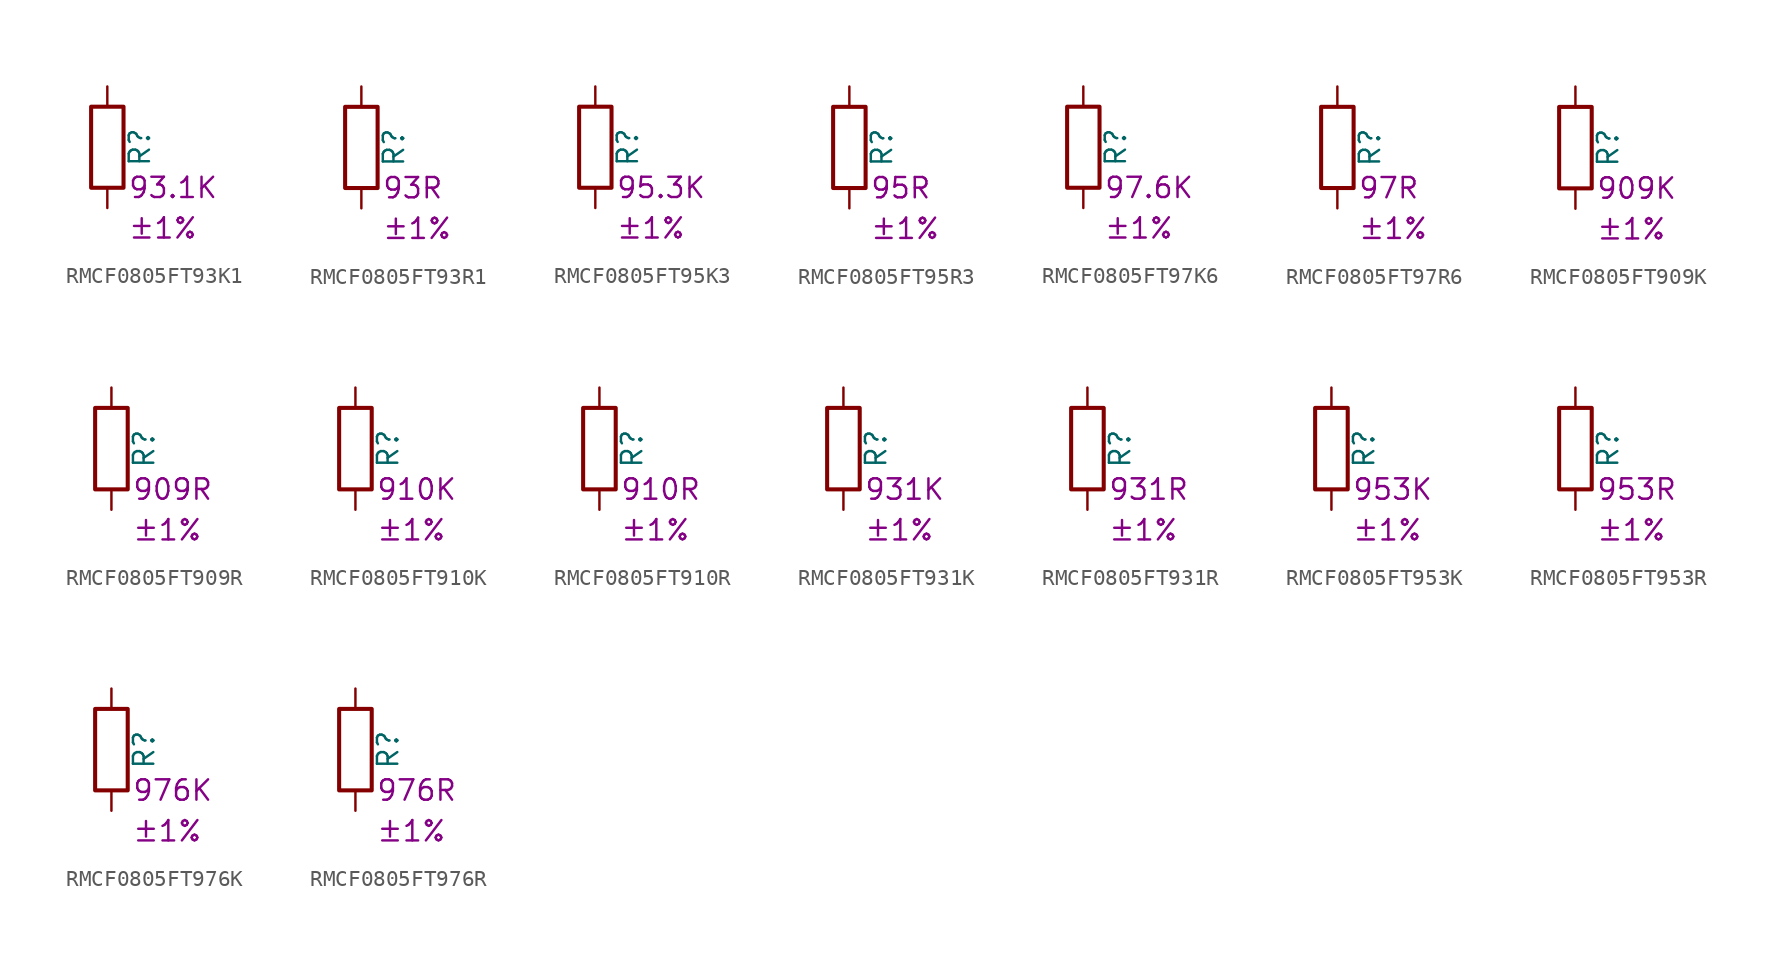
<source format=kicad_sym>
(kicad_symbol_lib
  (version 20220914)
  (generator kicad_symbol_editor)
  (symbol "RMCF0805FT93K1"
    (pin_numbers hide)
    (pin_names
      (offset 0))
    (property "Reference" "R"
      (at 2.032 0 90)
      (effects (font (size 1.27 1.27))))
    (property "Resistance" "93.1K"
      (at 1.27 -2.54 0)
      (effects (font (size 1.27 1.27)) (justify left)))
    (property "Tolerance" "±1%"
      (at 1.27 -5.08 0)
      (effects (font (size 1.27 1.27)) (justify left)))
    (symbol "RMCF0805FT93K1_0_1"
      (rectangle (start -1.016 -2.54) (end 1.016 2.54) (stroke (width 0.254) (type default)) (fill (type none))))
    (symbol "RMCF0805FT93K1_1_1"
      (pin passive line (at 0 3.81 270) (length 1.27) (name "~" (effects (font (size 1.27 1.27)))) (number "1" (effects (font (size 1.27 1.27)))))
      (pin passive line (at 0 -3.81 90) (length 1.27) (name "~" (effects (font (size 1.27 1.27)))) (number "2" (effects (font (size 1.27 1.27)))))))
  (symbol "RMCF0805FT93R1"
    (pin_numbers hide)
    (pin_names
      (offset 0))
    (property "Reference" "R"
      (at 2.032 0 90)
      (effects (font (size 1.27 1.27))))
    (property "Resistance" "93R"
      (at 1.27 -2.54 0)
      (effects (font (size 1.27 1.27)) (justify left)))
    (property "Tolerance" "±1%"
      (at 1.27 -5.08 0)
      (effects (font (size 1.27 1.27)) (justify left)))
    (symbol "RMCF0805FT93R1_0_1"
      (rectangle (start -1.016 -2.54) (end 1.016 2.54) (stroke (width 0.254) (type default)) (fill (type none))))
    (symbol "RMCF0805FT93R1_1_1"
      (pin passive line (at 0 3.81 270) (length 1.27) (name "~" (effects (font (size 1.27 1.27)))) (number "1" (effects (font (size 1.27 1.27)))))
      (pin passive line (at 0 -3.81 90) (length 1.27) (name "~" (effects (font (size 1.27 1.27)))) (number "2" (effects (font (size 1.27 1.27)))))))
  (symbol "RMCF0805FT95K3"
    (pin_numbers hide)
    (pin_names
      (offset 0))
    (property "Reference" "R"
      (at 2.032 0 90)
      (effects (font (size 1.27 1.27))))
    (property "Resistance" "95.3K"
      (at 1.27 -2.54 0)
      (effects (font (size 1.27 1.27)) (justify left)))
    (property "Tolerance" "±1%"
      (at 1.27 -5.08 0)
      (effects (font (size 1.27 1.27)) (justify left)))
    (symbol "RMCF0805FT95K3_0_1"
      (rectangle (start -1.016 -2.54) (end 1.016 2.54) (stroke (width 0.254) (type default)) (fill (type none))))
    (symbol "RMCF0805FT95K3_1_1"
      (pin passive line (at 0 3.81 270) (length 1.27) (name "~" (effects (font (size 1.27 1.27)))) (number "1" (effects (font (size 1.27 1.27)))))
      (pin passive line (at 0 -3.81 90) (length 1.27) (name "~" (effects (font (size 1.27 1.27)))) (number "2" (effects (font (size 1.27 1.27)))))))
  (symbol "RMCF0805FT95R3"
    (pin_numbers hide)
    (pin_names
      (offset 0))
    (property "Reference" "R"
      (at 2.032 0 90)
      (effects (font (size 1.27 1.27))))
    (property "Resistance" "95R"
      (at 1.27 -2.54 0)
      (effects (font (size 1.27 1.27)) (justify left)))
    (property "Tolerance" "±1%"
      (at 1.27 -5.08 0)
      (effects (font (size 1.27 1.27)) (justify left)))
    (symbol "RMCF0805FT95R3_0_1"
      (rectangle (start -1.016 -2.54) (end 1.016 2.54) (stroke (width 0.254) (type default)) (fill (type none))))
    (symbol "RMCF0805FT95R3_1_1"
      (pin passive line (at 0 3.81 270) (length 1.27) (name "~" (effects (font (size 1.27 1.27)))) (number "1" (effects (font (size 1.27 1.27)))))
      (pin passive line (at 0 -3.81 90) (length 1.27) (name "~" (effects (font (size 1.27 1.27)))) (number "2" (effects (font (size 1.27 1.27)))))))
  (symbol "RMCF0805FT97K6"
    (pin_numbers hide)
    (pin_names
      (offset 0))
    (property "Reference" "R"
      (at 2.032 0 90)
      (effects (font (size 1.27 1.27))))
    (property "Resistance" "97.6K"
      (at 1.27 -2.54 0)
      (effects (font (size 1.27 1.27)) (justify left)))
    (property "Tolerance" "±1%"
      (at 1.27 -5.08 0)
      (effects (font (size 1.27 1.27)) (justify left)))
    (symbol "RMCF0805FT97K6_0_1"
      (rectangle (start -1.016 -2.54) (end 1.016 2.54) (stroke (width 0.254) (type default)) (fill (type none))))
    (symbol "RMCF0805FT97K6_1_1"
      (pin passive line (at 0 3.81 270) (length 1.27) (name "~" (effects (font (size 1.27 1.27)))) (number "1" (effects (font (size 1.27 1.27)))))
      (pin passive line (at 0 -3.81 90) (length 1.27) (name "~" (effects (font (size 1.27 1.27)))) (number "2" (effects (font (size 1.27 1.27)))))))
  (symbol "RMCF0805FT97R6"
    (pin_numbers hide)
    (pin_names
      (offset 0))
    (property "Reference" "R"
      (at 2.032 0 90)
      (effects (font (size 1.27 1.27))))
    (property "Resistance" "97R"
      (at 1.27 -2.54 0)
      (effects (font (size 1.27 1.27)) (justify left)))
    (property "Tolerance" "±1%"
      (at 1.27 -5.08 0)
      (effects (font (size 1.27 1.27)) (justify left)))
    (symbol "RMCF0805FT97R6_0_1"
      (rectangle (start -1.016 -2.54) (end 1.016 2.54) (stroke (width 0.254) (type default)) (fill (type none))))
    (symbol "RMCF0805FT97R6_1_1"
      (pin passive line (at 0 3.81 270) (length 1.27) (name "~" (effects (font (size 1.27 1.27)))) (number "1" (effects (font (size 1.27 1.27)))))
      (pin passive line (at 0 -3.81 90) (length 1.27) (name "~" (effects (font (size 1.27 1.27)))) (number "2" (effects (font (size 1.27 1.27)))))))
  (symbol "RMCF0805FT909K"
    (pin_numbers hide)
    (pin_names
      (offset 0))
    (property "Reference" "R"
      (at 2.032 0 90)
      (effects (font (size 1.27 1.27))))
    (property "Resistance" "909K"
      (at 1.27 -2.54 0)
      (effects (font (size 1.27 1.27)) (justify left)))
    (property "Tolerance" "±1%"
      (at 1.27 -5.08 0)
      (effects (font (size 1.27 1.27)) (justify left)))
    (symbol "RMCF0805FT909K_0_1"
      (rectangle (start -1.016 -2.54) (end 1.016 2.54) (stroke (width 0.254) (type default)) (fill (type none))))
    (symbol "RMCF0805FT909K_1_1"
      (pin passive line (at 0 3.81 270) (length 1.27) (name "~" (effects (font (size 1.27 1.27)))) (number "1" (effects (font (size 1.27 1.27)))))
      (pin passive line (at 0 -3.81 90) (length 1.27) (name "~" (effects (font (size 1.27 1.27)))) (number "2" (effects (font (size 1.27 1.27)))))))
  (symbol "RMCF0805FT909R"
    (pin_numbers hide)
    (pin_names
      (offset 0))
    (property "Reference" "R"
      (at 2.032 0 90)
      (effects (font (size 1.27 1.27))))
    (property "Resistance" "909R"
      (at 1.27 -2.54 0)
      (effects (font (size 1.27 1.27)) (justify left)))
    (property "Tolerance" "±1%"
      (at 1.27 -5.08 0)
      (effects (font (size 1.27 1.27)) (justify left)))
    (symbol "RMCF0805FT909R_0_1"
      (rectangle (start -1.016 -2.54) (end 1.016 2.54) (stroke (width 0.254) (type default)) (fill (type none))))
    (symbol "RMCF0805FT909R_1_1"
      (pin passive line (at 0 3.81 270) (length 1.27) (name "~" (effects (font (size 1.27 1.27)))) (number "1" (effects (font (size 1.27 1.27)))))
      (pin passive line (at 0 -3.81 90) (length 1.27) (name "~" (effects (font (size 1.27 1.27)))) (number "2" (effects (font (size 1.27 1.27)))))))
  (symbol "RMCF0805FT910K"
    (pin_numbers hide)
    (pin_names
      (offset 0))
    (property "Reference" "R"
      (at 2.032 0 90)
      (effects (font (size 1.27 1.27))))
    (property "Resistance" "910K"
      (at 1.27 -2.54 0)
      (effects (font (size 1.27 1.27)) (justify left)))
    (property "Tolerance" "±1%"
      (at 1.27 -5.08 0)
      (effects (font (size 1.27 1.27)) (justify left)))
    (symbol "RMCF0805FT910K_0_1"
      (rectangle (start -1.016 -2.54) (end 1.016 2.54) (stroke (width 0.254) (type default)) (fill (type none))))
    (symbol "RMCF0805FT910K_1_1"
      (pin passive line (at 0 3.81 270) (length 1.27) (name "~" (effects (font (size 1.27 1.27)))) (number "1" (effects (font (size 1.27 1.27)))))
      (pin passive line (at 0 -3.81 90) (length 1.27) (name "~" (effects (font (size 1.27 1.27)))) (number "2" (effects (font (size 1.27 1.27)))))))
  (symbol "RMCF0805FT910R"
    (pin_numbers hide)
    (pin_names
      (offset 0))
    (property "Reference" "R"
      (at 2.032 0 90)
      (effects (font (size 1.27 1.27))))
    (property "Resistance" "910R"
      (at 1.27 -2.54 0)
      (effects (font (size 1.27 1.27)) (justify left)))
    (property "Tolerance" "±1%"
      (at 1.27 -5.08 0)
      (effects (font (size 1.27 1.27)) (justify left)))
    (symbol "RMCF0805FT910R_0_1"
      (rectangle (start -1.016 -2.54) (end 1.016 2.54) (stroke (width 0.254) (type default)) (fill (type none))))
    (symbol "RMCF0805FT910R_1_1"
      (pin passive line (at 0 3.81 270) (length 1.27) (name "~" (effects (font (size 1.27 1.27)))) (number "1" (effects (font (size 1.27 1.27)))))
      (pin passive line (at 0 -3.81 90) (length 1.27) (name "~" (effects (font (size 1.27 1.27)))) (number "2" (effects (font (size 1.27 1.27)))))))
  (symbol "RMCF0805FT931K"
    (pin_numbers hide)
    (pin_names
      (offset 0))
    (property "Reference" "R"
      (at 2.032 0 90)
      (effects (font (size 1.27 1.27))))
    (property "Resistance" "931K"
      (at 1.27 -2.54 0)
      (effects (font (size 1.27 1.27)) (justify left)))
    (property "Tolerance" "±1%"
      (at 1.27 -5.08 0)
      (effects (font (size 1.27 1.27)) (justify left)))
    (symbol "RMCF0805FT931K_0_1"
      (rectangle (start -1.016 -2.54) (end 1.016 2.54) (stroke (width 0.254) (type default)) (fill (type none))))
    (symbol "RMCF0805FT931K_1_1"
      (pin passive line (at 0 3.81 270) (length 1.27) (name "~" (effects (font (size 1.27 1.27)))) (number "1" (effects (font (size 1.27 1.27)))))
      (pin passive line (at 0 -3.81 90) (length 1.27) (name "~" (effects (font (size 1.27 1.27)))) (number "2" (effects (font (size 1.27 1.27)))))))
  (symbol "RMCF0805FT931R"
    (pin_numbers hide)
    (pin_names
      (offset 0))
    (property "Reference" "R"
      (at 2.032 0 90)
      (effects (font (size 1.27 1.27))))
    (property "Resistance" "931R"
      (at 1.27 -2.54 0)
      (effects (font (size 1.27 1.27)) (justify left)))
    (property "Tolerance" "±1%"
      (at 1.27 -5.08 0)
      (effects (font (size 1.27 1.27)) (justify left)))
    (symbol "RMCF0805FT931R_0_1"
      (rectangle (start -1.016 -2.54) (end 1.016 2.54) (stroke (width 0.254) (type default)) (fill (type none))))
    (symbol "RMCF0805FT931R_1_1"
      (pin passive line (at 0 3.81 270) (length 1.27) (name "~" (effects (font (size 1.27 1.27)))) (number "1" (effects (font (size 1.27 1.27)))))
      (pin passive line (at 0 -3.81 90) (length 1.27) (name "~" (effects (font (size 1.27 1.27)))) (number "2" (effects (font (size 1.27 1.27)))))))
  (symbol "RMCF0805FT953K"
    (pin_numbers hide)
    (pin_names
      (offset 0))
    (property "Reference" "R"
      (at 2.032 0 90)
      (effects (font (size 1.27 1.27))))
    (property "Resistance" "953K"
      (at 1.27 -2.54 0)
      (effects (font (size 1.27 1.27)) (justify left)))
    (property "Tolerance" "±1%"
      (at 1.27 -5.08 0)
      (effects (font (size 1.27 1.27)) (justify left)))
    (symbol "RMCF0805FT953K_0_1"
      (rectangle (start -1.016 -2.54) (end 1.016 2.54) (stroke (width 0.254) (type default)) (fill (type none))))
    (symbol "RMCF0805FT953K_1_1"
      (pin passive line (at 0 3.81 270) (length 1.27) (name "~" (effects (font (size 1.27 1.27)))) (number "1" (effects (font (size 1.27 1.27)))))
      (pin passive line (at 0 -3.81 90) (length 1.27) (name "~" (effects (font (size 1.27 1.27)))) (number "2" (effects (font (size 1.27 1.27)))))))
  (symbol "RMCF0805FT953R"
    (pin_numbers hide)
    (pin_names
      (offset 0))
    (property "Reference" "R"
      (at 2.032 0 90)
      (effects (font (size 1.27 1.27))))
    (property "Resistance" "953R"
      (at 1.27 -2.54 0)
      (effects (font (size 1.27 1.27)) (justify left)))
    (property "Tolerance" "±1%"
      (at 1.27 -5.08 0)
      (effects (font (size 1.27 1.27)) (justify left)))
    (symbol "RMCF0805FT953R_0_1"
      (rectangle (start -1.016 -2.54) (end 1.016 2.54) (stroke (width 0.254) (type default)) (fill (type none))))
    (symbol "RMCF0805FT953R_1_1"
      (pin passive line (at 0 3.81 270) (length 1.27) (name "~" (effects (font (size 1.27 1.27)))) (number "1" (effects (font (size 1.27 1.27)))))
      (pin passive line (at 0 -3.81 90) (length 1.27) (name "~" (effects (font (size 1.27 1.27)))) (number "2" (effects (font (size 1.27 1.27)))))))
  (symbol "RMCF0805FT976K"
    (pin_numbers hide)
    (pin_names
      (offset 0))
    (property "Reference" "R"
      (at 2.032 0 90)
      (effects (font (size 1.27 1.27))))
    (property "Resistance" "976K"
      (at 1.27 -2.54 0)
      (effects (font (size 1.27 1.27)) (justify left)))
    (property "Tolerance" "±1%"
      (at 1.27 -5.08 0)
      (effects (font (size 1.27 1.27)) (justify left)))
    (symbol "RMCF0805FT976K_0_1"
      (rectangle (start -1.016 -2.54) (end 1.016 2.54) (stroke (width 0.254) (type default)) (fill (type none))))
    (symbol "RMCF0805FT976K_1_1"
      (pin passive line (at 0 3.81 270) (length 1.27) (name "~" (effects (font (size 1.27 1.27)))) (number "1" (effects (font (size 1.27 1.27)))))
      (pin passive line (at 0 -3.81 90) (length 1.27) (name "~" (effects (font (size 1.27 1.27)))) (number "2" (effects (font (size 1.27 1.27)))))))
  (symbol "RMCF0805FT976R"
    (pin_numbers hide)
    (pin_names
      (offset 0))
    (property "Reference" "R"
      (at 2.032 0 90)
      (effects (font (size 1.27 1.27))))
    (property "Resistance" "976R"
      (at 1.27 -2.54 0)
      (effects (font (size 1.27 1.27)) (justify left)))
    (property "Tolerance" "±1%"
      (at 1.27 -5.08 0)
      (effects (font (size 1.27 1.27)) (justify left)))
    (symbol "RMCF0805FT976R_0_1"
      (rectangle (start -1.016 -2.54) (end 1.016 2.54) (stroke (width 0.254) (type default)) (fill (type none))))
    (symbol "RMCF0805FT976R_1_1"
      (pin passive line (at 0 3.81 270) (length 1.27) (name "~" (effects (font (size 1.27 1.27)))) (number "1" (effects (font (size 1.27 1.27)))))
      (pin passive line (at 0 -3.81 90) (length 1.27) (name "~" (effects (font (size 1.27 1.27)))) (number "2" (effects (font (size 1.27 1.27))))))))
</source>
